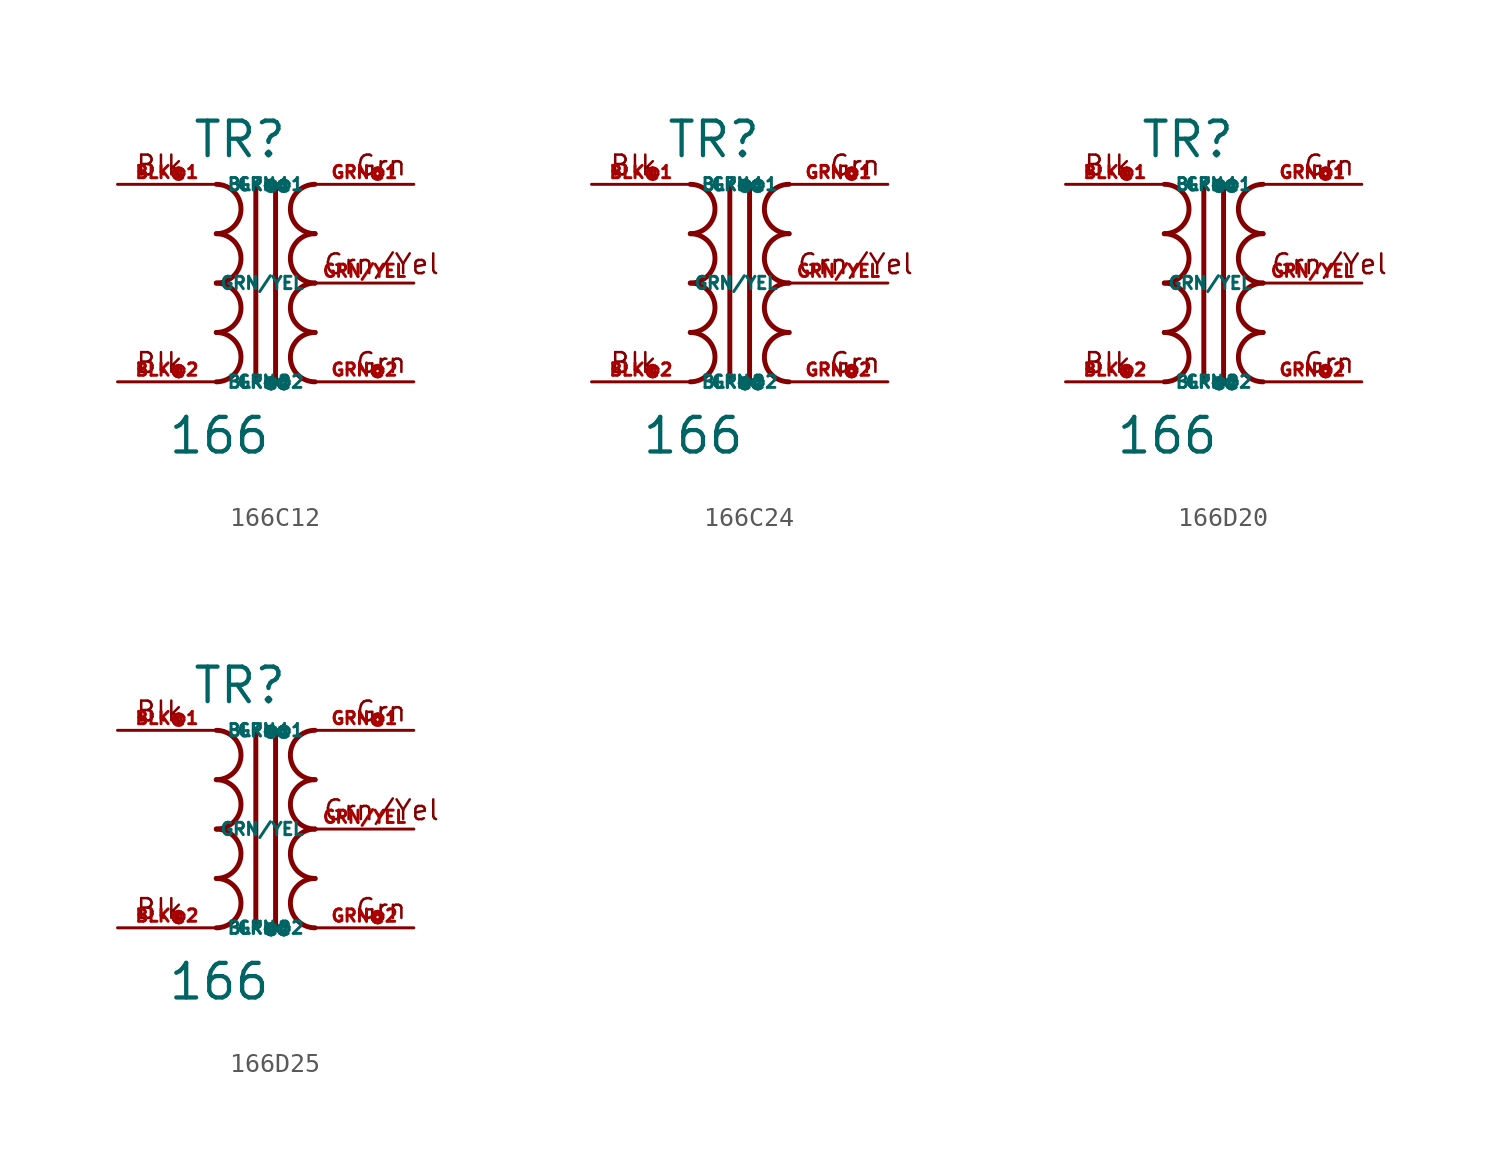
<source format=kicad_sym>
(kicad_symbol_lib
  (version 20220914)
  (generator Eagle2Kicad)
  (symbol "166C12"
    (property "Reference" "TR"
      (at -3.81 6.35 0)
      (effects (font (size 1.778 1.778) (thickness 0.22)) (justify left bottom)))
    (property "Value" "166"
      (at -5.08 -8.89 0)
      (effects (font (size 1.778 1.778) (thickness 0.22)) (justify left bottom)))
    (polyline
      (pts (xy -0.508 5.08) (xy -0.508 -5.08))
      (stroke (width 0.254) (type default))
      (fill (type none)))
    (arc
      (start -2.54 0)
      (mid -1.270 1.270)
      (end -2.54 2.54)
      (stroke (width 0.254) (type default))
      (fill (type none)))
    (arc
      (start -2.54 -2.54)
      (mid -1.270 -1.270)
      (end -2.54 0)
      (stroke (width 0.254) (type default))
      (fill (type none)))
    (arc
      (start -2.54 -5.08)
      (mid -1.270 -3.810)
      (end -2.54 -2.54)
      (stroke (width 0.254) (type default))
      (fill (type none)))
    (arc
      (start -2.54 2.54)
      (mid -1.270 3.810)
      (end -2.54 5.08)
      (stroke (width 0.254) (type default))
      (fill (type none)))
    (arc
      (start 2.54 2.54)
      (mid 1.270 1.270)
      (end 2.54 0)
      (stroke (width 0.254) (type default))
      (fill (type none)))
    (arc
      (start 2.54 5.08)
      (mid 1.270 3.810)
      (end 2.54 2.54)
      (stroke (width 0.254) (type default))
      (fill (type none)))
    (arc
      (start 2.54 0)
      (mid 1.270 -1.270)
      (end 2.54 -2.54)
      (stroke (width 0.254) (type default))
      (fill (type none)))
    (arc
      (start 2.54 -2.54)
      (mid 1.270 -3.810)
      (end 2.54 -5.08)
      (stroke (width 0.254) (type default))
      (fill (type none)))
    (polyline
      (pts (xy 0.508 5.08) (xy 0.508 -5.08))
      (stroke (width 0.254) (type default))
      (fill (type none)))
    (text "Blk"
      (at -6.731 5.461 0)
      (effects (font (size 1.016 1.016) (thickness 0.13)) (justify left bottom)))
    (text "Blk"
      (at -6.731 -4.699 0)
      (effects (font (size 1.016 1.016) (thickness 0.13)) (justify left bottom)))
    (text "Grn"
      (at 4.572 5.461 0)
      (effects (font (size 1.016 1.016) (thickness 0.13)) (justify left bottom)))
    (text "Grn"
      (at 4.572 -4.699 0)
      (effects (font (size 1.016 1.016) (thickness 0.13)) (justify left bottom)))
    (text "Grn/Yel"
      (at 2.921 0.381 0)
      (effects (font (size 1.016 1.016) (thickness 0.13)) (justify left bottom)))
    (pin passive line
      (at -7.62 5.08 0)
      (length 5.08)
      (name "BLK@1" (effects (font (size 0.635 0.635) (thickness 0.08)) (justify left bottom)))
      (number "BLK@1" (effects (font (size 0.635 0.635) (thickness 0.08)) (justify left bottom))))
    (pin passive line
      (at -7.62 -5.08 0)
      (length 5.08)
      (name "BLK@2" (effects (font (size 0.635 0.635) (thickness 0.08)) (justify left bottom)))
      (number "BLK@2" (effects (font (size 0.635 0.635) (thickness 0.08)) (justify left bottom))))
    (pin passive line
      (at 7.62 5.08 180)
      (length 5.08)
      (name "GRN@1" (effects (font (size 0.635 0.635) (thickness 0.08)) (justify left bottom)))
      (number "GRN@1" (effects (font (size 0.635 0.635) (thickness 0.08)) (justify left bottom))))
    (pin passive line
      (at 7.62 0 180)
      (length 5.08)
      (name "GRN/YEL" (effects (font (size 0.635 0.635) (thickness 0.08)) (justify left bottom)))
      (number "GRN/YEL" (effects (font (size 0.635 0.635) (thickness 0.08)) (justify left bottom))))
    (pin passive line
      (at 7.62 -5.08 180)
      (length 5.08)
      (name "GRN@2" (effects (font (size 0.635 0.635) (thickness 0.08)) (justify left bottom)))
      (number "GRN@2" (effects (font (size 0.635 0.635) (thickness 0.08)) (justify left bottom)))))
  (symbol "166C24"
    (property "Reference" "TR"
      (at -3.81 6.35 0)
      (effects (font (size 1.778 1.778) (thickness 0.22)) (justify left bottom)))
    (property "Value" "166"
      (at -5.08 -8.89 0)
      (effects (font (size 1.778 1.778) (thickness 0.22)) (justify left bottom)))
    (polyline
      (pts (xy -0.508 5.08) (xy -0.508 -5.08))
      (stroke (width 0.254) (type default))
      (fill (type none)))
    (arc
      (start -2.54 0)
      (mid -1.270 1.270)
      (end -2.54 2.54)
      (stroke (width 0.254) (type default))
      (fill (type none)))
    (arc
      (start -2.54 -2.54)
      (mid -1.270 -1.270)
      (end -2.54 0)
      (stroke (width 0.254) (type default))
      (fill (type none)))
    (arc
      (start -2.54 -5.08)
      (mid -1.270 -3.810)
      (end -2.54 -2.54)
      (stroke (width 0.254) (type default))
      (fill (type none)))
    (arc
      (start -2.54 2.54)
      (mid -1.270 3.810)
      (end -2.54 5.08)
      (stroke (width 0.254) (type default))
      (fill (type none)))
    (arc
      (start 2.54 2.54)
      (mid 1.270 1.270)
      (end 2.54 0)
      (stroke (width 0.254) (type default))
      (fill (type none)))
    (arc
      (start 2.54 5.08)
      (mid 1.270 3.810)
      (end 2.54 2.54)
      (stroke (width 0.254) (type default))
      (fill (type none)))
    (arc
      (start 2.54 0)
      (mid 1.270 -1.270)
      (end 2.54 -2.54)
      (stroke (width 0.254) (type default))
      (fill (type none)))
    (arc
      (start 2.54 -2.54)
      (mid 1.270 -3.810)
      (end 2.54 -5.08)
      (stroke (width 0.254) (type default))
      (fill (type none)))
    (polyline
      (pts (xy 0.508 5.08) (xy 0.508 -5.08))
      (stroke (width 0.254) (type default))
      (fill (type none)))
    (text "Blk"
      (at -6.731 5.461 0)
      (effects (font (size 1.016 1.016) (thickness 0.13)) (justify left bottom)))
    (text "Blk"
      (at -6.731 -4.699 0)
      (effects (font (size 1.016 1.016) (thickness 0.13)) (justify left bottom)))
    (text "Grn"
      (at 4.572 5.461 0)
      (effects (font (size 1.016 1.016) (thickness 0.13)) (justify left bottom)))
    (text "Grn"
      (at 4.572 -4.699 0)
      (effects (font (size 1.016 1.016) (thickness 0.13)) (justify left bottom)))
    (text "Grn/Yel"
      (at 2.921 0.381 0)
      (effects (font (size 1.016 1.016) (thickness 0.13)) (justify left bottom)))
    (pin passive line
      (at -7.62 5.08 0)
      (length 5.08)
      (name "BLK@1" (effects (font (size 0.635 0.635) (thickness 0.08)) (justify left bottom)))
      (number "BLK@1" (effects (font (size 0.635 0.635) (thickness 0.08)) (justify left bottom))))
    (pin passive line
      (at -7.62 -5.08 0)
      (length 5.08)
      (name "BLK@2" (effects (font (size 0.635 0.635) (thickness 0.08)) (justify left bottom)))
      (number "BLK@2" (effects (font (size 0.635 0.635) (thickness 0.08)) (justify left bottom))))
    (pin passive line
      (at 7.62 5.08 180)
      (length 5.08)
      (name "GRN@1" (effects (font (size 0.635 0.635) (thickness 0.08)) (justify left bottom)))
      (number "GRN@1" (effects (font (size 0.635 0.635) (thickness 0.08)) (justify left bottom))))
    (pin passive line
      (at 7.62 0 180)
      (length 5.08)
      (name "GRN/YEL" (effects (font (size 0.635 0.635) (thickness 0.08)) (justify left bottom)))
      (number "GRN/YEL" (effects (font (size 0.635 0.635) (thickness 0.08)) (justify left bottom))))
    (pin passive line
      (at 7.62 -5.08 180)
      (length 5.08)
      (name "GRN@2" (effects (font (size 0.635 0.635) (thickness 0.08)) (justify left bottom)))
      (number "GRN@2" (effects (font (size 0.635 0.635) (thickness 0.08)) (justify left bottom)))))
  (symbol "166D20"
    (property "Reference" "TR"
      (at -3.81 6.35 0)
      (effects (font (size 1.778 1.778) (thickness 0.22)) (justify left bottom)))
    (property "Value" "166"
      (at -5.08 -8.89 0)
      (effects (font (size 1.778 1.778) (thickness 0.22)) (justify left bottom)))
    (polyline
      (pts (xy -0.508 5.08) (xy -0.508 -5.08))
      (stroke (width 0.254) (type default))
      (fill (type none)))
    (arc
      (start -2.54 0)
      (mid -1.270 1.270)
      (end -2.54 2.54)
      (stroke (width 0.254) (type default))
      (fill (type none)))
    (arc
      (start -2.54 -2.54)
      (mid -1.270 -1.270)
      (end -2.54 0)
      (stroke (width 0.254) (type default))
      (fill (type none)))
    (arc
      (start -2.54 -5.08)
      (mid -1.270 -3.810)
      (end -2.54 -2.54)
      (stroke (width 0.254) (type default))
      (fill (type none)))
    (arc
      (start -2.54 2.54)
      (mid -1.270 3.810)
      (end -2.54 5.08)
      (stroke (width 0.254) (type default))
      (fill (type none)))
    (arc
      (start 2.54 2.54)
      (mid 1.270 1.270)
      (end 2.54 0)
      (stroke (width 0.254) (type default))
      (fill (type none)))
    (arc
      (start 2.54 5.08)
      (mid 1.270 3.810)
      (end 2.54 2.54)
      (stroke (width 0.254) (type default))
      (fill (type none)))
    (arc
      (start 2.54 0)
      (mid 1.270 -1.270)
      (end 2.54 -2.54)
      (stroke (width 0.254) (type default))
      (fill (type none)))
    (arc
      (start 2.54 -2.54)
      (mid 1.270 -3.810)
      (end 2.54 -5.08)
      (stroke (width 0.254) (type default))
      (fill (type none)))
    (polyline
      (pts (xy 0.508 5.08) (xy 0.508 -5.08))
      (stroke (width 0.254) (type default))
      (fill (type none)))
    (text "Blk"
      (at -6.731 5.461 0)
      (effects (font (size 1.016 1.016) (thickness 0.13)) (justify left bottom)))
    (text "Blk"
      (at -6.731 -4.699 0)
      (effects (font (size 1.016 1.016) (thickness 0.13)) (justify left bottom)))
    (text "Grn"
      (at 4.572 5.461 0)
      (effects (font (size 1.016 1.016) (thickness 0.13)) (justify left bottom)))
    (text "Grn"
      (at 4.572 -4.699 0)
      (effects (font (size 1.016 1.016) (thickness 0.13)) (justify left bottom)))
    (text "Grn/Yel"
      (at 2.921 0.381 0)
      (effects (font (size 1.016 1.016) (thickness 0.13)) (justify left bottom)))
    (pin passive line
      (at -7.62 5.08 0)
      (length 5.08)
      (name "BLK@1" (effects (font (size 0.635 0.635) (thickness 0.08)) (justify left bottom)))
      (number "BLK@1" (effects (font (size 0.635 0.635) (thickness 0.08)) (justify left bottom))))
    (pin passive line
      (at -7.62 -5.08 0)
      (length 5.08)
      (name "BLK@2" (effects (font (size 0.635 0.635) (thickness 0.08)) (justify left bottom)))
      (number "BLK@2" (effects (font (size 0.635 0.635) (thickness 0.08)) (justify left bottom))))
    (pin passive line
      (at 7.62 5.08 180)
      (length 5.08)
      (name "GRN@1" (effects (font (size 0.635 0.635) (thickness 0.08)) (justify left bottom)))
      (number "GRN@1" (effects (font (size 0.635 0.635) (thickness 0.08)) (justify left bottom))))
    (pin passive line
      (at 7.62 0 180)
      (length 5.08)
      (name "GRN/YEL" (effects (font (size 0.635 0.635) (thickness 0.08)) (justify left bottom)))
      (number "GRN/YEL" (effects (font (size 0.635 0.635) (thickness 0.08)) (justify left bottom))))
    (pin passive line
      (at 7.62 -5.08 180)
      (length 5.08)
      (name "GRN@2" (effects (font (size 0.635 0.635) (thickness 0.08)) (justify left bottom)))
      (number "GRN@2" (effects (font (size 0.635 0.635) (thickness 0.08)) (justify left bottom)))))
  (symbol "166D25"
    (property "Reference" "TR"
      (at -3.81 6.35 0)
      (effects (font (size 1.778 1.778) (thickness 0.22)) (justify left bottom)))
    (property "Value" "166"
      (at -5.08 -8.89 0)
      (effects (font (size 1.778 1.778) (thickness 0.22)) (justify left bottom)))
    (polyline
      (pts (xy -0.508 5.08) (xy -0.508 -5.08))
      (stroke (width 0.254) (type default))
      (fill (type none)))
    (arc
      (start -2.54 0)
      (mid -1.270 1.270)
      (end -2.54 2.54)
      (stroke (width 0.254) (type default))
      (fill (type none)))
    (arc
      (start -2.54 -2.54)
      (mid -1.270 -1.270)
      (end -2.54 0)
      (stroke (width 0.254) (type default))
      (fill (type none)))
    (arc
      (start -2.54 -5.08)
      (mid -1.270 -3.810)
      (end -2.54 -2.54)
      (stroke (width 0.254) (type default))
      (fill (type none)))
    (arc
      (start -2.54 2.54)
      (mid -1.270 3.810)
      (end -2.54 5.08)
      (stroke (width 0.254) (type default))
      (fill (type none)))
    (arc
      (start 2.54 2.54)
      (mid 1.270 1.270)
      (end 2.54 0)
      (stroke (width 0.254) (type default))
      (fill (type none)))
    (arc
      (start 2.54 5.08)
      (mid 1.270 3.810)
      (end 2.54 2.54)
      (stroke (width 0.254) (type default))
      (fill (type none)))
    (arc
      (start 2.54 0)
      (mid 1.270 -1.270)
      (end 2.54 -2.54)
      (stroke (width 0.254) (type default))
      (fill (type none)))
    (arc
      (start 2.54 -2.54)
      (mid 1.270 -3.810)
      (end 2.54 -5.08)
      (stroke (width 0.254) (type default))
      (fill (type none)))
    (polyline
      (pts (xy 0.508 5.08) (xy 0.508 -5.08))
      (stroke (width 0.254) (type default))
      (fill (type none)))
    (text "Blk"
      (at -6.731 5.461 0)
      (effects (font (size 1.016 1.016) (thickness 0.13)) (justify left bottom)))
    (text "Blk"
      (at -6.731 -4.699 0)
      (effects (font (size 1.016 1.016) (thickness 0.13)) (justify left bottom)))
    (text "Grn"
      (at 4.572 5.461 0)
      (effects (font (size 1.016 1.016) (thickness 0.13)) (justify left bottom)))
    (text "Grn"
      (at 4.572 -4.699 0)
      (effects (font (size 1.016 1.016) (thickness 0.13)) (justify left bottom)))
    (text "Grn/Yel"
      (at 2.921 0.381 0)
      (effects (font (size 1.016 1.016) (thickness 0.13)) (justify left bottom)))
    (pin passive line
      (at -7.62 5.08 0)
      (length 5.08)
      (name "BLK@1" (effects (font (size 0.635 0.635) (thickness 0.08)) (justify left bottom)))
      (number "BLK@1" (effects (font (size 0.635 0.635) (thickness 0.08)) (justify left bottom))))
    (pin passive line
      (at -7.62 -5.08 0)
      (length 5.08)
      (name "BLK@2" (effects (font (size 0.635 0.635) (thickness 0.08)) (justify left bottom)))
      (number "BLK@2" (effects (font (size 0.635 0.635) (thickness 0.08)) (justify left bottom))))
    (pin passive line
      (at 7.62 5.08 180)
      (length 5.08)
      (name "GRN@1" (effects (font (size 0.635 0.635) (thickness 0.08)) (justify left bottom)))
      (number "GRN@1" (effects (font (size 0.635 0.635) (thickness 0.08)) (justify left bottom))))
    (pin passive line
      (at 7.62 0 180)
      (length 5.08)
      (name "GRN/YEL" (effects (font (size 0.635 0.635) (thickness 0.08)) (justify left bottom)))
      (number "GRN/YEL" (effects (font (size 0.635 0.635) (thickness 0.08)) (justify left bottom))))
    (pin passive line
      (at 7.62 -5.08 180)
      (length 5.08)
      (name "GRN@2" (effects (font (size 0.635 0.635) (thickness 0.08)) (justify left bottom)))
      (number "GRN@2" (effects (font (size 0.635 0.635) (thickness 0.08)) (justify left bottom))))))
</source>
